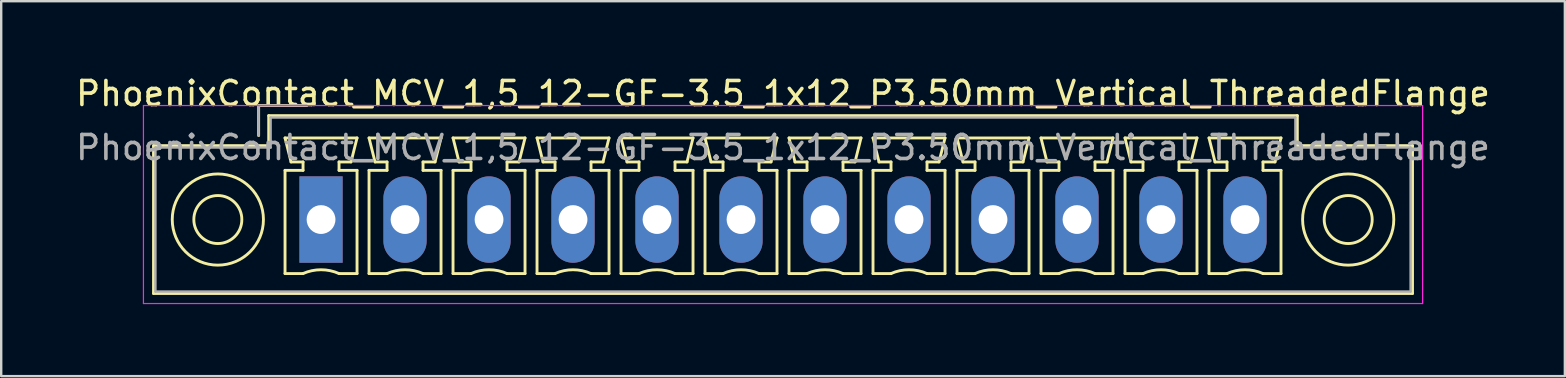
<source format=kicad_pcb>
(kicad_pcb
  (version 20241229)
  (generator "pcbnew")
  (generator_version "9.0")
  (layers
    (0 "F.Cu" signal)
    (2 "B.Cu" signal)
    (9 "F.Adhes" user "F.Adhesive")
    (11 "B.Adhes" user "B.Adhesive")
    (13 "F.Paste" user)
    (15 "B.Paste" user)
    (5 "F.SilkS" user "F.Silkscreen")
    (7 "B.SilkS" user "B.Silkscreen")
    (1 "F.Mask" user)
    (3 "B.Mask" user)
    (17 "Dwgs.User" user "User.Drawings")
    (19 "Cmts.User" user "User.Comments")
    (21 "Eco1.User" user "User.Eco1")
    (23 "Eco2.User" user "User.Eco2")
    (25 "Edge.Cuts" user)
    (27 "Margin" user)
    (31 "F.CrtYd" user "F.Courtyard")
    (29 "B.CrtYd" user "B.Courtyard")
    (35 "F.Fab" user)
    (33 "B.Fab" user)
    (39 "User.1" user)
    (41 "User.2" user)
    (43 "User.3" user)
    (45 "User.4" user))
  (footprint "PhoenixContact_MCV_1,5_12-GF-3.5_1x12_P3.50mm_Vertical_ThreadedFlange"
    (layer "F.Cu")
    (at 10.327 6.098)
    (property "Reference" "PhoenixContact_MCV_1,5_12-GF-3.5_1x12_P3.50mm_Vertical_ThreadedFlange" (at 19.25 -5.25 0) (layer "F.SilkS") (effects (font (size 1 1) (thickness 0.15))))
    (attr through_hole)
    (fp_line (start -6.98 -3.08) (end -6.98 3.08) (stroke (width 0.12) (type solid)) (layer "F.SilkS"))
    (fp_line (start -6.98 3.08) (end 45.48 3.08) (stroke (width 0.12) (type solid)) (layer "F.SilkS"))
    (fp_line (start -2.6 -4.75) (end -0.6 -4.75) (stroke (width 0.12) (type solid)) (layer "F.SilkS"))
    (fp_line (start -2.6 -3.5) (end -2.6 -4.75) (stroke (width 0.12) (type solid)) (layer "F.SilkS"))
    (fp_line (start -2.18 -4.33) (end -2.18 -3.08) (stroke (width 0.12) (type solid)) (layer "F.SilkS"))
    (fp_line (start -2.18 -3.08) (end -6.98 -3.08) (stroke (width 0.12) (type solid)) (layer "F.SilkS"))
    (fp_line (start -1.5 -3.4) (end 1.5 -3.4) (stroke (width 0.12) (type solid)) (layer "F.SilkS"))
    (fp_line (start -1.5 -2.05) (end -0.75 -2.05) (stroke (width 0.12) (type solid)) (layer "F.SilkS"))
    (fp_line (start -1.5 2.25) (end -1.5 -2.05) (stroke (width 0.12) (type solid)) (layer "F.SilkS"))
    (fp_line (start -1.25 -2.4) (end -1.5 -3.4) (stroke (width 0.12) (type solid)) (layer "F.SilkS"))
    (fp_line (start -0.75 -2.4) (end -1.25 -2.4) (stroke (width 0.12) (type solid)) (layer "F.SilkS"))
    (fp_line (start -0.75 -2.05) (end -0.75 -2.4) (stroke (width 0.12) (type solid)) (layer "F.SilkS"))
    (fp_line (start -0.75 2.25) (end -1.5 2.25) (stroke (width 0.12) (type solid)) (layer "F.SilkS"))
    (fp_line (start 0.75 -2.4) (end 0.75 -2.05) (stroke (width 0.12) (type solid)) (layer "F.SilkS"))
    (fp_line (start 0.75 -2.05) (end 1.5 -2.05) (stroke (width 0.12) (type solid)) (layer "F.SilkS"))
    (fp_line (start 1.25 -2.4) (end 0.75 -2.4) (stroke (width 0.12) (type solid)) (layer "F.SilkS"))
    (fp_line (start 1.5 -3.4) (end 1.25 -2.4) (stroke (width 0.12) (type solid)) (layer "F.SilkS"))
    (fp_line (start 1.5 -2.05) (end 1.5 2.25) (stroke (width 0.12) (type solid)) (layer "F.SilkS"))
    (fp_line (start 1.5 2.25) (end 0.75 2.25) (stroke (width 0.12) (type solid)) (layer "F.SilkS"))
    (fp_line (start 2 -3.4) (end 5 -3.4) (stroke (width 0.12) (type solid)) (layer "F.SilkS"))
    (fp_line (start 2 -2.05) (end 2.75 -2.05) (stroke (width 0.12) (type solid)) (layer "F.SilkS"))
    (fp_line (start 2 2.25) (end 2 -2.05) (stroke (width 0.12) (type solid)) (layer "F.SilkS"))
    (fp_line (start 2.25 -2.4) (end 2 -3.4) (stroke (width 0.12) (type solid)) (layer "F.SilkS"))
    (fp_line (start 2.75 -2.4) (end 2.25 -2.4) (stroke (width 0.12) (type solid)) (layer "F.SilkS"))
    (fp_line (start 2.75 -2.05) (end 2.75 -2.4) (stroke (width 0.12) (type solid)) (layer "F.SilkS"))
    (fp_line (start 2.75 2.25) (end 2 2.25) (stroke (width 0.12) (type solid)) (layer "F.SilkS"))
    (fp_line (start 4.25 -2.4) (end 4.25 -2.05) (stroke (width 0.12) (type solid)) (layer "F.SilkS"))
    (fp_line (start 4.25 -2.05) (end 5 -2.05) (stroke (width 0.12) (type solid)) (layer "F.SilkS"))
    (fp_line (start 4.75 -2.4) (end 4.25 -2.4) (stroke (width 0.12) (type solid)) (layer "F.SilkS"))
    (fp_line (start 5 -3.4) (end 4.75 -2.4) (stroke (width 0.12) (type solid)) (layer "F.SilkS"))
    (fp_line (start 5 -2.05) (end 5 2.25) (stroke (width 0.12) (type solid)) (layer "F.SilkS"))
    (fp_line (start 5 2.25) (end 4.25 2.25) (stroke (width 0.12) (type solid)) (layer "F.SilkS"))
    (fp_line (start 5.5 -3.4) (end 8.5 -3.4) (stroke (width 0.12) (type solid)) (layer "F.SilkS"))
    (fp_line (start 5.5 -2.05) (end 6.25 -2.05) (stroke (width 0.12) (type solid)) (layer "F.SilkS"))
    (fp_line (start 5.5 2.25) (end 5.5 -2.05) (stroke (width 0.12) (type solid)) (layer "F.SilkS"))
    (fp_line (start 5.75 -2.4) (end 5.5 -3.4) (stroke (width 0.12) (type solid)) (layer "F.SilkS"))
    (fp_line (start 6.25 -2.4) (end 5.75 -2.4) (stroke (width 0.12) (type solid)) (layer "F.SilkS"))
    (fp_line (start 6.25 -2.05) (end 6.25 -2.4) (stroke (width 0.12) (type solid)) (layer "F.SilkS"))
    (fp_line (start 6.25 2.25) (end 5.5 2.25) (stroke (width 0.12) (type solid)) (layer "F.SilkS"))
    (fp_line (start 7.75 -2.4) (end 7.75 -2.05) (stroke (width 0.12) (type solid)) (layer "F.SilkS"))
    (fp_line (start 7.75 -2.05) (end 8.5 -2.05) (stroke (width 0.12) (type solid)) (layer "F.SilkS"))
    (fp_line (start 8.25 -2.4) (end 7.75 -2.4) (stroke (width 0.12) (type solid)) (layer "F.SilkS"))
    (fp_line (start 8.5 -3.4) (end 8.25 -2.4) (stroke (width 0.12) (type solid)) (layer "F.SilkS"))
    (fp_line (start 8.5 -2.05) (end 8.5 2.25) (stroke (width 0.12) (type solid)) (layer "F.SilkS"))
    (fp_line (start 8.5 2.25) (end 7.75 2.25) (stroke (width 0.12) (type solid)) (layer "F.SilkS"))
    (fp_line (start 9 -3.4) (end 12 -3.4) (stroke (width 0.12) (type solid)) (layer "F.SilkS"))
    (fp_line (start 9 -2.05) (end 9.75 -2.05) (stroke (width 0.12) (type solid)) (layer "F.SilkS"))
    (fp_line (start 9 2.25) (end 9 -2.05) (stroke (width 0.12) (type solid)) (layer "F.SilkS"))
    (fp_line (start 9.25 -2.4) (end 9 -3.4) (stroke (width 0.12) (type solid)) (layer "F.SilkS"))
    (fp_line (start 9.75 -2.4) (end 9.25 -2.4) (stroke (width 0.12) (type solid)) (layer "F.SilkS"))
    (fp_line (start 9.75 -2.05) (end 9.75 -2.4) (stroke (width 0.12) (type solid)) (layer "F.SilkS"))
    (fp_line (start 9.75 2.25) (end 9 2.25) (stroke (width 0.12) (type solid)) (layer "F.SilkS"))
    (fp_line (start 11.25 -2.4) (end 11.25 -2.05) (stroke (width 0.12) (type solid)) (layer "F.SilkS"))
    (fp_line (start 11.25 -2.05) (end 12 -2.05) (stroke (width 0.12) (type solid)) (layer "F.SilkS"))
    (fp_line (start 11.75 -2.4) (end 11.25 -2.4) (stroke (width 0.12) (type solid)) (layer "F.SilkS"))
    (fp_line (start 12 -3.4) (end 11.75 -2.4) (stroke (width 0.12) (type solid)) (layer "F.SilkS"))
    (fp_line (start 12 -2.05) (end 12 2.25) (stroke (width 0.12) (type solid)) (layer "F.SilkS"))
    (fp_line (start 12 2.25) (end 11.25 2.25) (stroke (width 0.12) (type solid)) (layer "F.SilkS"))
    (fp_line (start 12.5 -3.4) (end 15.5 -3.4) (stroke (width 0.12) (type solid)) (layer "F.SilkS"))
    (fp_line (start 12.5 -2.05) (end 13.25 -2.05) (stroke (width 0.12) (type solid)) (layer "F.SilkS"))
    (fp_line (start 12.5 2.25) (end 12.5 -2.05) (stroke (width 0.12) (type solid)) (layer "F.SilkS"))
    (fp_line (start 12.75 -2.4) (end 12.5 -3.4) (stroke (width 0.12) (type solid)) (layer "F.SilkS"))
    (fp_line (start 13.25 -2.4) (end 12.75 -2.4) (stroke (width 0.12) (type solid)) (layer "F.SilkS"))
    (fp_line (start 13.25 -2.05) (end 13.25 -2.4) (stroke (width 0.12) (type solid)) (layer "F.SilkS"))
    (fp_line (start 13.25 2.25) (end 12.5 2.25) (stroke (width 0.12) (type solid)) (layer "F.SilkS"))
    (fp_line (start 14.75 -2.4) (end 14.75 -2.05) (stroke (width 0.12) (type solid)) (layer "F.SilkS"))
    (fp_line (start 14.75 -2.05) (end 15.5 -2.05) (stroke (width 0.12) (type solid)) (layer "F.SilkS"))
    (fp_line (start 15.25 -2.4) (end 14.75 -2.4) (stroke (width 0.12) (type solid)) (layer "F.SilkS"))
    (fp_line (start 15.5 -3.4) (end 15.25 -2.4) (stroke (width 0.12) (type solid)) (layer "F.SilkS"))
    (fp_line (start 15.5 -2.05) (end 15.5 2.25) (stroke (width 0.12) (type solid)) (layer "F.SilkS"))
    (fp_line (start 15.5 2.25) (end 14.75 2.25) (stroke (width 0.12) (type solid)) (layer "F.SilkS"))
    (fp_line (start 16 -3.4) (end 19 -3.4) (stroke (width 0.12) (type solid)) (layer "F.SilkS"))
    (fp_line (start 16 -2.05) (end 16.75 -2.05) (stroke (width 0.12) (type solid)) (layer "F.SilkS"))
    (fp_line (start 16 2.25) (end 16 -2.05) (stroke (width 0.12) (type solid)) (layer "F.SilkS"))
    (fp_line (start 16.25 -2.4) (end 16 -3.4) (stroke (width 0.12) (type solid)) (layer "F.SilkS"))
    (fp_line (start 16.75 -2.4) (end 16.25 -2.4) (stroke (width 0.12) (type solid)) (layer "F.SilkS"))
    (fp_line (start 16.75 -2.05) (end 16.75 -2.4) (stroke (width 0.12) (type solid)) (layer "F.SilkS"))
    (fp_line (start 16.75 2.25) (end 16 2.25) (stroke (width 0.12) (type solid)) (layer "F.SilkS"))
    (fp_line (start 18.25 -2.4) (end 18.25 -2.05) (stroke (width 0.12) (type solid)) (layer "F.SilkS"))
    (fp_line (start 18.25 -2.05) (end 19 -2.05) (stroke (width 0.12) (type solid)) (layer "F.SilkS"))
    (fp_line (start 18.75 -2.4) (end 18.25 -2.4) (stroke (width 0.12) (type solid)) (layer "F.SilkS"))
    (fp_line (start 19 -3.4) (end 18.75 -2.4) (stroke (width 0.12) (type solid)) (layer "F.SilkS"))
    (fp_line (start 19 -2.05) (end 19 2.25) (stroke (width 0.12) (type solid)) (layer "F.SilkS"))
    (fp_line (start 19 2.25) (end 18.25 2.25) (stroke (width 0.12) (type solid)) (layer "F.SilkS"))
    (fp_line (start 19.5 -3.4) (end 22.5 -3.4) (stroke (width 0.12) (type solid)) (layer "F.SilkS"))
    (fp_line (start 19.5 -2.05) (end 20.25 -2.05) (stroke (width 0.12) (type solid)) (layer "F.SilkS"))
    (fp_line (start 19.5 2.25) (end 19.5 -2.05) (stroke (width 0.12) (type solid)) (layer "F.SilkS"))
    (fp_line (start 19.75 -2.4) (end 19.5 -3.4) (stroke (width 0.12) (type solid)) (layer "F.SilkS"))
    (fp_line (start 20.25 -2.4) (end 19.75 -2.4) (stroke (width 0.12) (type solid)) (layer "F.SilkS"))
    (fp_line (start 20.25 -2.05) (end 20.25 -2.4) (stroke (width 0.12) (type solid)) (layer "F.SilkS"))
    (fp_line (start 20.25 2.25) (end 19.5 2.25) (stroke (width 0.12) (type solid)) (layer "F.SilkS"))
    (fp_line (start 21.75 -2.4) (end 21.75 -2.05) (stroke (width 0.12) (type solid)) (layer "F.SilkS"))
    (fp_line (start 21.75 -2.05) (end 22.5 -2.05) (stroke (width 0.12) (type solid)) (layer "F.SilkS"))
    (fp_line (start 22.25 -2.4) (end 21.75 -2.4) (stroke (width 0.12) (type solid)) (layer "F.SilkS"))
    (fp_line (start 22.5 -3.4) (end 22.25 -2.4) (stroke (width 0.12) (type solid)) (layer "F.SilkS"))
    (fp_line (start 22.5 -2.05) (end 22.5 2.25) (stroke (width 0.12) (type solid)) (layer "F.SilkS"))
    (fp_line (start 22.5 2.25) (end 21.75 2.25) (stroke (width 0.12) (type solid)) (layer "F.SilkS"))
    (fp_line (start 23 -3.4) (end 26 -3.4) (stroke (width 0.12) (type solid)) (layer "F.SilkS"))
    (fp_line (start 23 -2.05) (end 23.75 -2.05) (stroke (width 0.12) (type solid)) (layer "F.SilkS"))
    (fp_line (start 23 2.25) (end 23 -2.05) (stroke (width 0.12) (type solid)) (layer "F.SilkS"))
    (fp_line (start 23.25 -2.4) (end 23 -3.4) (stroke (width 0.12) (type solid)) (layer "F.SilkS"))
    (fp_line (start 23.75 -2.4) (end 23.25 -2.4) (stroke (width 0.12) (type solid)) (layer "F.SilkS"))
    (fp_line (start 23.75 -2.05) (end 23.75 -2.4) (stroke (width 0.12) (type solid)) (layer "F.SilkS"))
    (fp_line (start 23.75 2.25) (end 23 2.25) (stroke (width 0.12) (type solid)) (layer "F.SilkS"))
    (fp_line (start 25.25 -2.4) (end 25.25 -2.05) (stroke (width 0.12) (type solid)) (layer "F.SilkS"))
    (fp_line (start 25.25 -2.05) (end 26 -2.05) (stroke (width 0.12) (type solid)) (layer "F.SilkS"))
    (fp_line (start 25.75 -2.4) (end 25.25 -2.4) (stroke (width 0.12) (type solid)) (layer "F.SilkS"))
    (fp_line (start 26 -3.4) (end 25.75 -2.4) (stroke (width 0.12) (type solid)) (layer "F.SilkS"))
    (fp_line (start 26 -2.05) (end 26 2.25) (stroke (width 0.12) (type solid)) (layer "F.SilkS"))
    (fp_line (start 26 2.25) (end 25.25 2.25) (stroke (width 0.12) (type solid)) (layer "F.SilkS"))
    (fp_line (start 26.5 -3.4) (end 29.5 -3.4) (stroke (width 0.12) (type solid)) (layer "F.SilkS"))
    (fp_line (start 26.5 -2.05) (end 27.25 -2.05) (stroke (width 0.12) (type solid)) (layer "F.SilkS"))
    (fp_line (start 26.5 2.25) (end 26.5 -2.05) (stroke (width 0.12) (type solid)) (layer "F.SilkS"))
    (fp_line (start 26.75 -2.4) (end 26.5 -3.4) (stroke (width 0.12) (type solid)) (layer "F.SilkS"))
    (fp_line (start 27.25 -2.4) (end 26.75 -2.4) (stroke (width 0.12) (type solid)) (layer "F.SilkS"))
    (fp_line (start 27.25 -2.05) (end 27.25 -2.4) (stroke (width 0.12) (type solid)) (layer "F.SilkS"))
    (fp_line (start 27.25 2.25) (end 26.5 2.25) (stroke (width 0.12) (type solid)) (layer "F.SilkS"))
    (fp_line (start 28.75 -2.4) (end 28.75 -2.05) (stroke (width 0.12) (type solid)) (layer "F.SilkS"))
    (fp_line (start 28.75 -2.05) (end 29.5 -2.05) (stroke (width 0.12) (type solid)) (layer "F.SilkS"))
    (fp_line (start 29.25 -2.4) (end 28.75 -2.4) (stroke (width 0.12) (type solid)) (layer "F.SilkS"))
    (fp_line (start 29.5 -3.4) (end 29.25 -2.4) (stroke (width 0.12) (type solid)) (layer "F.SilkS"))
    (fp_line (start 29.5 -2.05) (end 29.5 2.25) (stroke (width 0.12) (type solid)) (layer "F.SilkS"))
    (fp_line (start 29.5 2.25) (end 28.75 2.25) (stroke (width 0.12) (type solid)) (layer "F.SilkS"))
    (fp_line (start 30 -3.4) (end 33 -3.4) (stroke (width 0.12) (type solid)) (layer "F.SilkS"))
    (fp_line (start 30 -2.05) (end 30.75 -2.05) (stroke (width 0.12) (type solid)) (layer "F.SilkS"))
    (fp_line (start 30 2.25) (end 30 -2.05) (stroke (width 0.12) (type solid)) (layer "F.SilkS"))
    (fp_line (start 30.25 -2.4) (end 30 -3.4) (stroke (width 0.12) (type solid)) (layer "F.SilkS"))
    (fp_line (start 30.75 -2.4) (end 30.25 -2.4) (stroke (width 0.12) (type solid)) (layer "F.SilkS"))
    (fp_line (start 30.75 -2.05) (end 30.75 -2.4) (stroke (width 0.12) (type solid)) (layer "F.SilkS"))
    (fp_line (start 30.75 2.25) (end 30 2.25) (stroke (width 0.12) (type solid)) (layer "F.SilkS"))
    (fp_line (start 32.25 -2.4) (end 32.25 -2.05) (stroke (width 0.12) (type solid)) (layer "F.SilkS"))
    (fp_line (start 32.25 -2.05) (end 33 -2.05) (stroke (width 0.12) (type solid)) (layer "F.SilkS"))
    (fp_line (start 32.75 -2.4) (end 32.25 -2.4) (stroke (width 0.12) (type solid)) (layer "F.SilkS"))
    (fp_line (start 33 -3.4) (end 32.75 -2.4) (stroke (width 0.12) (type solid)) (layer "F.SilkS"))
    (fp_line (start 33 -2.05) (end 33 2.25) (stroke (width 0.12) (type solid)) (layer "F.SilkS"))
    (fp_line (start 33 2.25) (end 32.25 2.25) (stroke (width 0.12) (type solid)) (layer "F.SilkS"))
    (fp_line (start 33.5 -3.4) (end 36.5 -3.4) (stroke (width 0.12) (type solid)) (layer "F.SilkS"))
    (fp_line (start 33.5 -2.05) (end 34.25 -2.05) (stroke (width 0.12) (type solid)) (layer "F.SilkS"))
    (fp_line (start 33.5 2.25) (end 33.5 -2.05) (stroke (width 0.12) (type solid)) (layer "F.SilkS"))
    (fp_line (start 33.75 -2.4) (end 33.5 -3.4) (stroke (width 0.12) (type solid)) (layer "F.SilkS"))
    (fp_line (start 34.25 -2.4) (end 33.75 -2.4) (stroke (width 0.12) (type solid)) (layer "F.SilkS"))
    (fp_line (start 34.25 -2.05) (end 34.25 -2.4) (stroke (width 0.12) (type solid)) (layer "F.SilkS"))
    (fp_line (start 34.25 2.25) (end 33.5 2.25) (stroke (width 0.12) (type solid)) (layer "F.SilkS"))
    (fp_line (start 35.75 -2.4) (end 35.75 -2.05) (stroke (width 0.12) (type solid)) (layer "F.SilkS"))
    (fp_line (start 35.75 -2.05) (end 36.5 -2.05) (stroke (width 0.12) (type solid)) (layer "F.SilkS"))
    (fp_line (start 36.25 -2.4) (end 35.75 -2.4) (stroke (width 0.12) (type solid)) (layer "F.SilkS"))
    (fp_line (start 36.5 -3.4) (end 36.25 -2.4) (stroke (width 0.12) (type solid)) (layer "F.SilkS"))
    (fp_line (start 36.5 -2.05) (end 36.5 2.25) (stroke (width 0.12) (type solid)) (layer "F.SilkS"))
    (fp_line (start 36.5 2.25) (end 35.75 2.25) (stroke (width 0.12) (type solid)) (layer "F.SilkS"))
    (fp_line (start 37 -3.4) (end 40 -3.4) (stroke (width 0.12) (type solid)) (layer "F.SilkS"))
    (fp_line (start 37 -2.05) (end 37.75 -2.05) (stroke (width 0.12) (type solid)) (layer "F.SilkS"))
    (fp_line (start 37 2.25) (end 37 -2.05) (stroke (width 0.12) (type solid)) (layer "F.SilkS"))
    (fp_line (start 37.25 -2.4) (end 37 -3.4) (stroke (width 0.12) (type solid)) (layer "F.SilkS"))
    (fp_line (start 37.75 -2.4) (end 37.25 -2.4) (stroke (width 0.12) (type solid)) (layer "F.SilkS"))
    (fp_line (start 37.75 -2.05) (end 37.75 -2.4) (stroke (width 0.12) (type solid)) (layer "F.SilkS"))
    (fp_line (start 37.75 2.25) (end 37 2.25) (stroke (width 0.12) (type solid)) (layer "F.SilkS"))
    (fp_line (start 39.25 -2.4) (end 39.25 -2.05) (stroke (width 0.12) (type solid)) (layer "F.SilkS"))
    (fp_line (start 39.25 -2.05) (end 40 -2.05) (stroke (width 0.12) (type solid)) (layer "F.SilkS"))
    (fp_line (start 39.75 -2.4) (end 39.25 -2.4) (stroke (width 0.12) (type solid)) (layer "F.SilkS"))
    (fp_line (start 40 -3.4) (end 39.75 -2.4) (stroke (width 0.12) (type solid)) (layer "F.SilkS"))
    (fp_line (start 40 -2.05) (end 40 2.25) (stroke (width 0.12) (type solid)) (layer "F.SilkS"))
    (fp_line (start 40 2.25) (end 39.25 2.25) (stroke (width 0.12) (type solid)) (layer "F.SilkS"))
    (fp_line (start 40.68 -4.33) (end -2.18 -4.33) (stroke (width 0.12) (type solid)) (layer "F.SilkS"))
    (fp_line (start 40.68 -3.08) (end 40.68 -4.33) (stroke (width 0.12) (type solid)) (layer "F.SilkS"))
    (fp_line (start 45.48 -3.08) (end 40.68 -3.08) (stroke (width 0.12) (type solid)) (layer "F.SilkS"))
    (fp_line (start 45.48 3.08) (end 45.48 -3.08) (stroke (width 0.12) (type solid)) (layer "F.SilkS"))
    (fp_arc (start -0.75 2.25) (mid -0.000193 2.09191) (end 0.749647 2.249844) (stroke (width 0.12) (type solid)) (layer "F.SilkS"))
    (fp_arc (start 2.75 2.25) (mid 3.499807 2.09191) (end 4.249647 2.249844) (stroke (width 0.12) (type solid)) (layer "F.SilkS"))
    (fp_arc (start 6.25 2.25) (mid 6.999807 2.09191) (end 7.749647 2.249844) (stroke (width 0.12) (type solid)) (layer "F.SilkS"))
    (fp_arc (start 9.75 2.25) (mid 10.499807 2.09191) (end 11.249647 2.249844) (stroke (width 0.12) (type solid)) (layer "F.SilkS"))
    (fp_arc (start 13.25 2.25) (mid 13.999807 2.09191) (end 14.749647 2.249844) (stroke (width 0.12) (type solid)) (layer "F.SilkS"))
    (fp_arc (start 16.75 2.25) (mid 17.499807 2.09191) (end 18.249647 2.249844) (stroke (width 0.12) (type solid)) (layer "F.SilkS"))
    (fp_arc (start 20.25 2.25) (mid 20.999807 2.09191) (end 21.749647 2.249844) (stroke (width 0.12) (type solid)) (layer "F.SilkS"))
    (fp_arc (start 23.75 2.25) (mid 24.499807 2.09191) (end 25.249647 2.249844) (stroke (width 0.12) (type solid)) (layer "F.SilkS"))
    (fp_arc (start 27.25 2.25) (mid 27.999807 2.09191) (end 28.749647 2.249844) (stroke (width 0.12) (type solid)) (layer "F.SilkS"))
    (fp_arc (start 30.75 2.25) (mid 31.499807 2.09191) (end 32.249647 2.249844) (stroke (width 0.12) (type solid)) (layer "F.SilkS"))
    (fp_arc (start 34.25 2.25) (mid 34.999807 2.09191) (end 35.749647 2.249844) (stroke (width 0.12) (type solid)) (layer "F.SilkS"))
    (fp_arc (start 37.75 2.25) (mid 38.499807 2.09191) (end 39.249647 2.249844) (stroke (width 0.12) (type solid)) (layer "F.SilkS"))
    (fp_circle (center -4.3 0) (end -3.3 0) (stroke (width 0.12) (type solid)) (fill no) (layer "F.SilkS"))
    (fp_circle (center -4.3 0) (end -2.4 0) (stroke (width 0.12) (type solid)) (fill no) (layer "F.SilkS"))
    (fp_circle (center 42.8 0) (end 43.8 0) (stroke (width 0.12) (type solid)) (fill no) (layer "F.SilkS"))
    (fp_circle (center 42.8 0) (end 44.7 0) (stroke (width 0.12) (type solid)) (fill no) (layer "F.SilkS"))
    (fp_line (start -7.4 -4.75) (end -7.4 3.5) (stroke (width 0.05) (type solid)) (layer "F.CrtYd"))
    (fp_line (start -7.4 3.5) (end 45.9 3.5) (stroke (width 0.05) (type solid)) (layer "F.CrtYd"))
    (fp_line (start 45.9 -4.75) (end -7.4 -4.75) (stroke (width 0.05) (type solid)) (layer "F.CrtYd"))
    (fp_line (start 45.9 3.5) (end 45.9 -4.75) (stroke (width 0.05) (type solid)) (layer "F.CrtYd"))
    (fp_line (start -6.9 -3) (end -6.9 3) (stroke (width 0.1) (type solid)) (layer "F.Fab"))
    (fp_line (start -6.9 3) (end 45.4 3) (stroke (width 0.1) (type solid)) (layer "F.Fab"))
    (fp_line (start -2.6 -4.75) (end -0.6 -4.75) (stroke (width 0.1) (type solid)) (layer "F.Fab"))
    (fp_line (start -2.6 -3.5) (end -2.6 -4.75) (stroke (width 0.1) (type solid)) (layer "F.Fab"))
    (fp_line (start -2.1 -4.25) (end -2.1 -3) (stroke (width 0.1) (type solid)) (layer "F.Fab"))
    (fp_line (start -2.1 -3) (end -6.9 -3) (stroke (width 0.1) (type solid)) (layer "F.Fab"))
    (fp_line (start 40.6 -4.25) (end -2.1 -4.25) (stroke (width 0.1) (type solid)) (layer "F.Fab"))
    (fp_line (start 40.6 -3) (end 40.6 -4.25) (stroke (width 0.1) (type solid)) (layer "F.Fab"))
    (fp_line (start 45.4 -3) (end 40.6 -3) (stroke (width 0.1) (type solid)) (layer "F.Fab"))
    (fp_line (start 45.4 3) (end 45.4 -3) (stroke (width 0.1) (type solid)) (layer "F.Fab"))
    (fp_text user "${REFERENCE}" (at 19.25 -3 0) (layer "F.Fab") (effects (font (size 1 1) (thickness 0.15))))
    (pad "1" thru_hole rect (at 0 0) (size 1.8 3.6) (drill 1.2) (layers "*.Cu" "*.Mask"))
    (pad "2" thru_hole oval (at 3.5 0) (size 1.8 3.6) (drill 1.2) (layers "*.Cu" "*.Mask"))
    (pad "3" thru_hole oval (at 7 0) (size 1.8 3.6) (drill 1.2) (layers "*.Cu" "*.Mask"))
    (pad "4" thru_hole oval (at 10.5 0) (size 1.8 3.6) (drill 1.2) (layers "*.Cu" "*.Mask"))
    (pad "5" thru_hole oval (at 14 0) (size 1.8 3.6) (drill 1.2) (layers "*.Cu" "*.Mask"))
    (pad "6" thru_hole oval (at 17.5 0) (size 1.8 3.6) (drill 1.2) (layers "*.Cu" "*.Mask"))
    (pad "7" thru_hole oval (at 21 0) (size 1.8 3.6) (drill 1.2) (layers "*.Cu" "*.Mask"))
    (pad "8" thru_hole oval (at 24.5 0) (size 1.8 3.6) (drill 1.2) (layers "*.Cu" "*.Mask"))
    (pad "9" thru_hole oval (at 28 0) (size 1.8 3.6) (drill 1.2) (layers "*.Cu" "*.Mask"))
    (pad "10" thru_hole oval (at 31.5 0) (size 1.8 3.6) (drill 1.2) (layers "*.Cu" "*.Mask"))
    (pad "11" thru_hole oval (at 35 0) (size 1.8 3.6) (drill 1.2) (layers "*.Cu" "*.Mask"))
    (pad "12" thru_hole oval (at 38.5 0) (size 1.8 3.6) (drill 1.2) (layers "*.Cu" "*.Mask")))
  (gr_rect
    (start -3 -3)
    (end 62.155 12.623)
    (stroke (width 0.1) (type default))
    (fill no)
    (layer "Edge.Cuts")))
</source>
